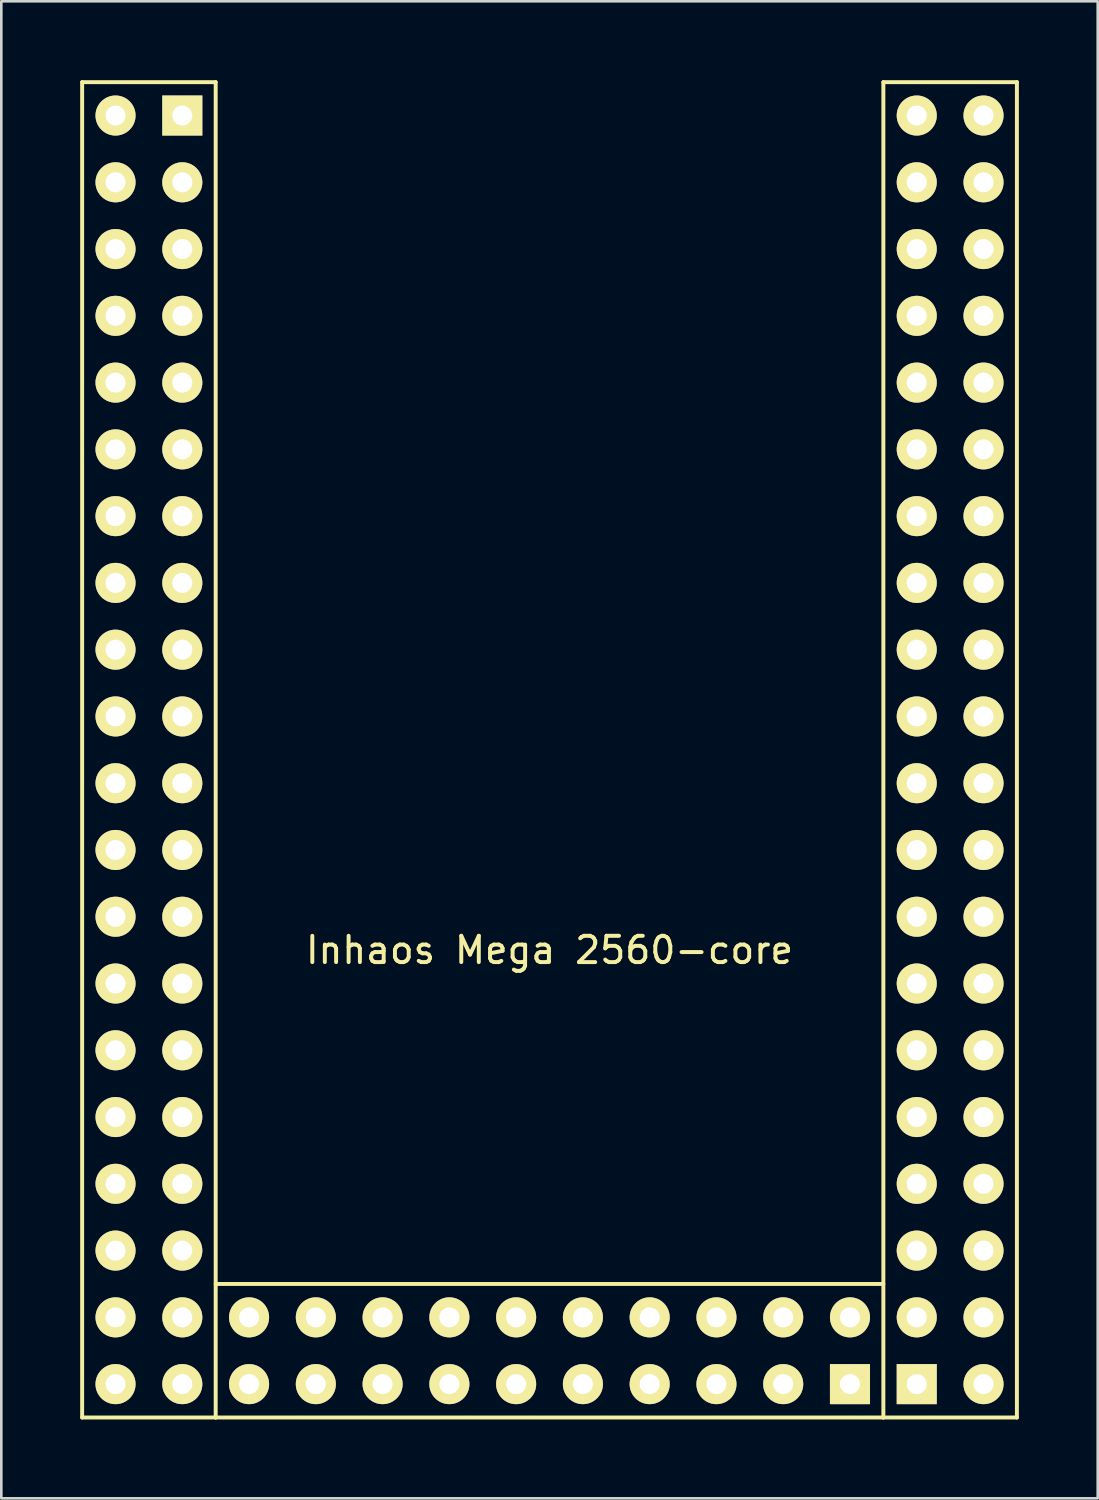
<source format=kicad_pcb>
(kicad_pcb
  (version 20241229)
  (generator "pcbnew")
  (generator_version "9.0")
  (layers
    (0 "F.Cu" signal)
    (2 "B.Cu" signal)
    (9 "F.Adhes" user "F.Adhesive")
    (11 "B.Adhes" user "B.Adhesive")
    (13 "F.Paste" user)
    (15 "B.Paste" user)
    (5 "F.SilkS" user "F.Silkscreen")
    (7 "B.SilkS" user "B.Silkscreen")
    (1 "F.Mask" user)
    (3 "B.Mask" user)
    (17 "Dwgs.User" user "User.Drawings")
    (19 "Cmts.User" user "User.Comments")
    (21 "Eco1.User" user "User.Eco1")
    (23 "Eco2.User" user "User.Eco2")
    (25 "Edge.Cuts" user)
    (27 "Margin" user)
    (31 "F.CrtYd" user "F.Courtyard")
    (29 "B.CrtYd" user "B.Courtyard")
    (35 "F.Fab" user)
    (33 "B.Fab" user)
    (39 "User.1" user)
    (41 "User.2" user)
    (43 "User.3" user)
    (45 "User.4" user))
  (footprint "Inhaos Mega 2560-core"
    (layer "F.Cu")
    (at 17.855 25.475)
    (property "Reference" "Inhaos Mega 2560-core" (at 0 7.62 0) (layer "F.SilkS") (effects (font (size 1 1) (thickness 0.15))))
    (attr through_hole)
    (fp_line (start -17.78 -25.4) (end -12.7 -25.4) (stroke (width 0.15) (type solid)) (layer "F.SilkS"))
    (fp_line (start -17.78 25.4) (end -17.78 -25.4) (stroke (width 0.15) (type solid)) (layer "F.SilkS"))
    (fp_line (start -12.7 -25.4) (end -12.7 25.4) (stroke (width 0.15) (type solid)) (layer "F.SilkS"))
    (fp_line (start -12.7 20.32) (end 12.7 20.32) (stroke (width 0.15) (type solid)) (layer "F.SilkS"))
    (fp_line (start -12.7 25.4) (end -17.78 25.4) (stroke (width 0.15) (type solid)) (layer "F.SilkS"))
    (fp_line (start -12.7 25.4) (end 12.7 25.4) (stroke (width 0.15) (type solid)) (layer "F.SilkS"))
    (fp_line (start 12.7 -25.4) (end 17.78 -25.4) (stroke (width 0.15) (type solid)) (layer "F.SilkS"))
    (fp_line (start 12.7 25.4) (end 12.7 -25.4) (stroke (width 0.15) (type solid)) (layer "F.SilkS"))
    (fp_line (start 17.78 -25.4) (end 17.78 25.4) (stroke (width 0.15) (type solid)) (layer "F.SilkS"))
    (fp_line (start 17.78 25.4) (end 12.7 25.4) (stroke (width 0.15) (type solid)) (layer "F.SilkS"))
    (pad "1" thru_hole rect (at -13.97 -24.13) (size 1.524 1.524) (drill 0.762) (layers "*.Cu" "*.Mask" "F.SilkS"))
    (pad "2" thru_hole circle (at -16.51 -24.13) (size 1.524 1.524) (drill 0.762) (layers "*.Cu" "*.Mask" "F.SilkS"))
    (pad "3" thru_hole circle (at -13.97 -21.59) (size 1.524 1.524) (drill 0.762) (layers "*.Cu" "*.Mask" "F.SilkS"))
    (pad "4" thru_hole circle (at -16.51 -21.59) (size 1.524 1.524) (drill 0.762) (layers "*.Cu" "*.Mask" "F.SilkS"))
    (pad "5" thru_hole circle (at -13.97 -19.05) (size 1.524 1.524) (drill 0.762) (layers "*.Cu" "*.Mask" "F.SilkS"))
    (pad "6" thru_hole circle (at -16.51 -19.05) (size 1.524 1.524) (drill 0.762) (layers "*.Cu" "*.Mask" "F.SilkS"))
    (pad "7" thru_hole circle (at -13.97 -16.51) (size 1.524 1.524) (drill 0.762) (layers "*.Cu" "*.Mask" "F.SilkS"))
    (pad "8" thru_hole circle (at -16.51 -16.51) (size 1.524 1.524) (drill 0.762) (layers "*.Cu" "*.Mask" "F.SilkS"))
    (pad "9" thru_hole circle (at -13.97 -13.97) (size 1.524 1.524) (drill 0.762) (layers "*.Cu" "*.Mask" "F.SilkS"))
    (pad "10" thru_hole circle (at -16.51 -13.97) (size 1.524 1.524) (drill 0.762) (layers "*.Cu" "*.Mask" "F.SilkS"))
    (pad "11" thru_hole circle (at -13.97 -11.43) (size 1.524 1.524) (drill 0.762) (layers "*.Cu" "*.Mask" "F.SilkS"))
    (pad "12" thru_hole circle (at -16.51 -11.43) (size 1.524 1.524) (drill 0.762) (layers "*.Cu" "*.Mask" "F.SilkS"))
    (pad "13" thru_hole circle (at -13.97 -8.89) (size 1.524 1.524) (drill 0.762) (layers "*.Cu" "*.Mask" "F.SilkS"))
    (pad "14" thru_hole circle (at -16.51 -8.89) (size 1.524 1.524) (drill 0.762) (layers "*.Cu" "*.Mask" "F.SilkS"))
    (pad "15" thru_hole circle (at -13.97 -6.35) (size 1.524 1.524) (drill 0.762) (layers "*.Cu" "*.Mask" "F.SilkS"))
    (pad "16" thru_hole circle (at -16.51 -6.35) (size 1.524 1.524) (drill 0.762) (layers "*.Cu" "*.Mask" "F.SilkS"))
    (pad "17" thru_hole circle (at -13.97 -3.81) (size 1.524 1.524) (drill 0.762) (layers "*.Cu" "*.Mask" "F.SilkS"))
    (pad "18" thru_hole circle (at -16.51 -3.81) (size 1.524 1.524) (drill 0.762) (layers "*.Cu" "*.Mask" "F.SilkS"))
    (pad "19" thru_hole circle (at -13.97 -1.27) (size 1.524 1.524) (drill 0.762) (layers "*.Cu" "*.Mask" "F.SilkS"))
    (pad "20" thru_hole circle (at -16.51 -1.27) (size 1.524 1.524) (drill 0.762) (layers "*.Cu" "*.Mask" "F.SilkS"))
    (pad "21" thru_hole circle (at -13.97 1.27) (size 1.524 1.524) (drill 0.762) (layers "*.Cu" "*.Mask" "F.SilkS"))
    (pad "22" thru_hole circle (at -16.51 1.27) (size 1.524 1.524) (drill 0.762) (layers "*.Cu" "*.Mask" "F.SilkS"))
    (pad "23" thru_hole circle (at -13.97 3.81) (size 1.524 1.524) (drill 0.762) (layers "*.Cu" "*.Mask" "F.SilkS"))
    (pad "24" thru_hole circle (at -16.51 3.81) (size 1.524 1.524) (drill 0.762) (layers "*.Cu" "*.Mask" "F.SilkS"))
    (pad "25" thru_hole circle (at -13.97 6.35) (size 1.524 1.524) (drill 0.762) (layers "*.Cu" "*.Mask" "F.SilkS"))
    (pad "26" thru_hole circle (at -16.51 6.35) (size 1.524 1.524) (drill 0.762) (layers "*.Cu" "*.Mask" "F.SilkS"))
    (pad "27" thru_hole circle (at -13.97 8.89) (size 1.524 1.524) (drill 0.762) (layers "*.Cu" "*.Mask" "F.SilkS"))
    (pad "28" thru_hole circle (at -16.51 8.89) (size 1.524 1.524) (drill 0.762) (layers "*.Cu" "*.Mask" "F.SilkS"))
    (pad "29" thru_hole circle (at -13.97 11.43) (size 1.524 1.524) (drill 0.762) (layers "*.Cu" "*.Mask" "F.SilkS"))
    (pad "30" thru_hole circle (at -16.51 11.43) (size 1.524 1.524) (drill 0.762) (layers "*.Cu" "*.Mask" "F.SilkS"))
    (pad "31" thru_hole circle (at -13.97 13.97) (size 1.524 1.524) (drill 0.762) (layers "*.Cu" "*.Mask" "F.SilkS"))
    (pad "32" thru_hole circle (at -16.51 13.97) (size 1.524 1.524) (drill 0.762) (layers "*.Cu" "*.Mask" "F.SilkS"))
    (pad "33" thru_hole circle (at -13.97 16.51) (size 1.524 1.524) (drill 0.762) (layers "*.Cu" "*.Mask" "F.SilkS"))
    (pad "34" thru_hole circle (at -16.51 16.51) (size 1.524 1.524) (drill 0.762) (layers "*.Cu" "*.Mask" "F.SilkS"))
    (pad "35" thru_hole circle (at -13.97 19.05) (size 1.524 1.524) (drill 0.762) (layers "*.Cu" "*.Mask" "F.SilkS"))
    (pad "36" thru_hole circle (at -16.51 19.05) (size 1.524 1.524) (drill 0.762) (layers "*.Cu" "*.Mask" "F.SilkS"))
    (pad "37" thru_hole circle (at -13.97 21.59) (size 1.524 1.524) (drill 0.762) (layers "*.Cu" "*.Mask" "F.SilkS"))
    (pad "38" thru_hole circle (at -16.51 21.59) (size 1.524 1.524) (drill 0.762) (layers "*.Cu" "*.Mask" "F.SilkS"))
    (pad "39" thru_hole circle (at -13.97 24.13) (size 1.524 1.524) (drill 0.762) (layers "*.Cu" "*.Mask" "F.SilkS"))
    (pad "40" thru_hole circle (at -16.51 24.13) (size 1.524 1.524) (drill 0.762) (layers "*.Cu" "*.Mask" "F.SilkS"))
    (pad "41" thru_hole rect (at 13.97 24.13) (size 1.524 1.524) (drill 0.762) (layers "*.Cu" "*.Mask" "F.SilkS"))
    (pad "42" thru_hole circle (at 16.51 24.13) (size 1.524 1.524) (drill 0.762) (layers "*.Cu" "*.Mask" "F.SilkS"))
    (pad "43" thru_hole circle (at 13.97 21.59) (size 1.524 1.524) (drill 0.762) (layers "*.Cu" "*.Mask" "F.SilkS"))
    (pad "44" thru_hole circle (at 16.51 21.59) (size 1.524 1.524) (drill 0.762) (layers "*.Cu" "*.Mask" "F.SilkS"))
    (pad "45" thru_hole circle (at 13.97 19.05) (size 1.524 1.524) (drill 0.762) (layers "*.Cu" "*.Mask" "F.SilkS"))
    (pad "46" thru_hole circle (at 16.51 19.05) (size 1.524 1.524) (drill 0.762) (layers "*.Cu" "*.Mask" "F.SilkS"))
    (pad "47" thru_hole circle (at 13.97 16.51) (size 1.524 1.524) (drill 0.762) (layers "*.Cu" "*.Mask" "F.SilkS"))
    (pad "48" thru_hole circle (at 16.51 16.51) (size 1.524 1.524) (drill 0.762) (layers "*.Cu" "*.Mask" "F.SilkS"))
    (pad "49" thru_hole circle (at 13.97 13.97) (size 1.524 1.524) (drill 0.762) (layers "*.Cu" "*.Mask" "F.SilkS"))
    (pad "50" thru_hole circle (at 16.51 13.97) (size 1.524 1.524) (drill 0.762) (layers "*.Cu" "*.Mask" "F.SilkS"))
    (pad "51" thru_hole circle (at 13.97 11.43) (size 1.524 1.524) (drill 0.762) (layers "*.Cu" "*.Mask" "F.SilkS"))
    (pad "52" thru_hole circle (at 16.51 11.43) (size 1.524 1.524) (drill 0.762) (layers "*.Cu" "*.Mask" "F.SilkS"))
    (pad "53" thru_hole circle (at 13.97 8.89) (size 1.524 1.524) (drill 0.762) (layers "*.Cu" "*.Mask" "F.SilkS"))
    (pad "54" thru_hole circle (at 16.51 8.89) (size 1.524 1.524) (drill 0.762) (layers "*.Cu" "*.Mask" "F.SilkS"))
    (pad "55" thru_hole circle (at 13.97 6.35) (size 1.524 1.524) (drill 0.762) (layers "*.Cu" "*.Mask" "F.SilkS"))
    (pad "56" thru_hole circle (at 16.51 6.35) (size 1.524 1.524) (drill 0.762) (layers "*.Cu" "*.Mask" "F.SilkS"))
    (pad "57" thru_hole circle (at 13.97 3.81) (size 1.524 1.524) (drill 0.762) (layers "*.Cu" "*.Mask" "F.SilkS"))
    (pad "58" thru_hole circle (at 16.51 3.81) (size 1.524 1.524) (drill 0.762) (layers "*.Cu" "*.Mask" "F.SilkS"))
    (pad "59" thru_hole circle (at 13.97 1.27) (size 1.524 1.524) (drill 0.762) (layers "*.Cu" "*.Mask" "F.SilkS"))
    (pad "60" thru_hole circle (at 16.51 1.27) (size 1.524 1.524) (drill 0.762) (layers "*.Cu" "*.Mask" "F.SilkS"))
    (pad "61" thru_hole circle (at 13.97 -1.27) (size 1.524 1.524) (drill 0.762) (layers "*.Cu" "*.Mask" "F.SilkS"))
    (pad "62" thru_hole circle (at 16.51 -1.27) (size 1.524 1.524) (drill 0.762) (layers "*.Cu" "*.Mask" "F.SilkS"))
    (pad "63" thru_hole circle (at 13.97 -3.81) (size 1.524 1.524) (drill 0.762) (layers "*.Cu" "*.Mask" "F.SilkS"))
    (pad "64" thru_hole circle (at 16.51 -3.81) (size 1.524 1.524) (drill 0.762) (layers "*.Cu" "*.Mask" "F.SilkS"))
    (pad "65" thru_hole circle (at 13.97 -6.35) (size 1.524 1.524) (drill 0.762) (layers "*.Cu" "*.Mask" "F.SilkS"))
    (pad "66" thru_hole circle (at 16.51 -6.35) (size 1.524 1.524) (drill 0.762) (layers "*.Cu" "*.Mask" "F.SilkS"))
    (pad "67" thru_hole circle (at 13.97 -8.89) (size 1.524 1.524) (drill 0.762) (layers "*.Cu" "*.Mask" "F.SilkS"))
    (pad "68" thru_hole circle (at 16.51 -8.89) (size 1.524 1.524) (drill 0.762) (layers "*.Cu" "*.Mask" "F.SilkS"))
    (pad "69" thru_hole circle (at 13.97 -11.43) (size 1.524 1.524) (drill 0.762) (layers "*.Cu" "*.Mask" "F.SilkS"))
    (pad "70" thru_hole circle (at 16.51 -11.43) (size 1.524 1.524) (drill 0.762) (layers "*.Cu" "*.Mask" "F.SilkS"))
    (pad "71" thru_hole circle (at 13.97 -13.97) (size 1.524 1.524) (drill 0.762) (layers "*.Cu" "*.Mask" "F.SilkS"))
    (pad "72" thru_hole circle (at 16.51 -13.97) (size 1.524 1.524) (drill 0.762) (layers "*.Cu" "*.Mask" "F.SilkS"))
    (pad "73" thru_hole circle (at 13.97 -16.51) (size 1.524 1.524) (drill 0.762) (layers "*.Cu" "*.Mask" "F.SilkS"))
    (pad "74" thru_hole circle (at 16.51 -16.51) (size 1.524 1.524) (drill 0.762) (layers "*.Cu" "*.Mask" "F.SilkS"))
    (pad "75" thru_hole circle (at 13.97 -19.05) (size 1.524 1.524) (drill 0.762) (layers "*.Cu" "*.Mask" "F.SilkS"))
    (pad "76" thru_hole circle (at 16.51 -19.05) (size 1.524 1.524) (drill 0.762) (layers "*.Cu" "*.Mask" "F.SilkS"))
    (pad "77" thru_hole circle (at 13.97 -21.59) (size 1.524 1.524) (drill 0.762) (layers "*.Cu" "*.Mask" "F.SilkS"))
    (pad "78" thru_hole circle (at 16.51 -21.59) (size 1.524 1.524) (drill 0.762) (layers "*.Cu" "*.Mask" "F.SilkS"))
    (pad "79" thru_hole circle (at 13.97 -24.13) (size 1.524 1.524) (drill 0.762) (layers "*.Cu" "*.Mask" "F.SilkS"))
    (pad "80" thru_hole circle (at 16.51 -24.13) (size 1.524 1.524) (drill 0.762) (layers "*.Cu" "*.Mask" "F.SilkS"))
    (pad "81" thru_hole rect (at 11.43 24.13) (size 1.524 1.524) (drill 0.762) (layers "*.Cu" "*.Mask" "F.SilkS"))
    (pad "82" thru_hole circle (at 11.43 21.59) (size 1.524 1.524) (drill 0.762) (layers "*.Cu" "*.Mask" "F.SilkS"))
    (pad "83" thru_hole circle (at 8.89 24.13) (size 1.524 1.524) (drill 0.762) (layers "*.Cu" "*.Mask" "F.SilkS"))
    (pad "84" thru_hole circle (at 8.89 21.59) (size 1.524 1.524) (drill 0.762) (layers "*.Cu" "*.Mask" "F.SilkS"))
    (pad "85" thru_hole circle (at 6.35 24.13) (size 1.524 1.524) (drill 0.762) (layers "*.Cu" "*.Mask" "F.SilkS"))
    (pad "86" thru_hole circle (at 6.35 21.59) (size 1.524 1.524) (drill 0.762) (layers "*.Cu" "*.Mask" "F.SilkS"))
    (pad "87" thru_hole circle (at 3.81 24.13) (size 1.524 1.524) (drill 0.762) (layers "*.Cu" "*.Mask" "F.SilkS"))
    (pad "88" thru_hole circle (at 3.81 21.59) (size 1.524 1.524) (drill 0.762) (layers "*.Cu" "*.Mask" "F.SilkS"))
    (pad "89" thru_hole circle (at 1.27 24.13) (size 1.524 1.524) (drill 0.762) (layers "*.Cu" "*.Mask" "F.SilkS"))
    (pad "90" thru_hole circle (at 1.27 21.59) (size 1.524 1.524) (drill 0.762) (layers "*.Cu" "*.Mask" "F.SilkS"))
    (pad "91" thru_hole circle (at -1.27 24.13) (size 1.524 1.524) (drill 0.762) (layers "*.Cu" "*.Mask" "F.SilkS"))
    (pad "92" thru_hole circle (at -1.27 21.59) (size 1.524 1.524) (drill 0.762) (layers "*.Cu" "*.Mask" "F.SilkS"))
    (pad "93" thru_hole circle (at -3.81 24.13) (size 1.524 1.524) (drill 0.762) (layers "*.Cu" "*.Mask" "F.SilkS"))
    (pad "94" thru_hole circle (at -3.81 21.59) (size 1.524 1.524) (drill 0.762) (layers "*.Cu" "*.Mask" "F.SilkS"))
    (pad "95" thru_hole circle (at -6.35 24.13) (size 1.524 1.524) (drill 0.762) (layers "*.Cu" "*.Mask" "F.SilkS"))
    (pad "96" thru_hole circle (at -6.35 21.59) (size 1.524 1.524) (drill 0.762) (layers "*.Cu" "*.Mask" "F.SilkS"))
    (pad "97" thru_hole circle (at -8.89 24.13) (size 1.524 1.524) (drill 0.762) (layers "*.Cu" "*.Mask" "F.SilkS"))
    (pad "98" thru_hole circle (at -8.89 21.59) (size 1.524 1.524) (drill 0.762) (layers "*.Cu" "*.Mask" "F.SilkS"))
    (pad "99" thru_hole circle (at -11.43 24.13) (size 1.524 1.524) (drill 0.762) (layers "*.Cu" "*.Mask" "F.SilkS"))
    (pad "100" thru_hole circle (at -11.43 21.59) (size 1.524 1.524) (drill 0.762) (layers "*.Cu" "*.Mask" "F.SilkS")))
  (gr_rect
    (start -3 -3)
    (end 38.71 53.95)
    (stroke (width 0.1) (type default))
    (fill no)
    (layer "Edge.Cuts")))
</source>
